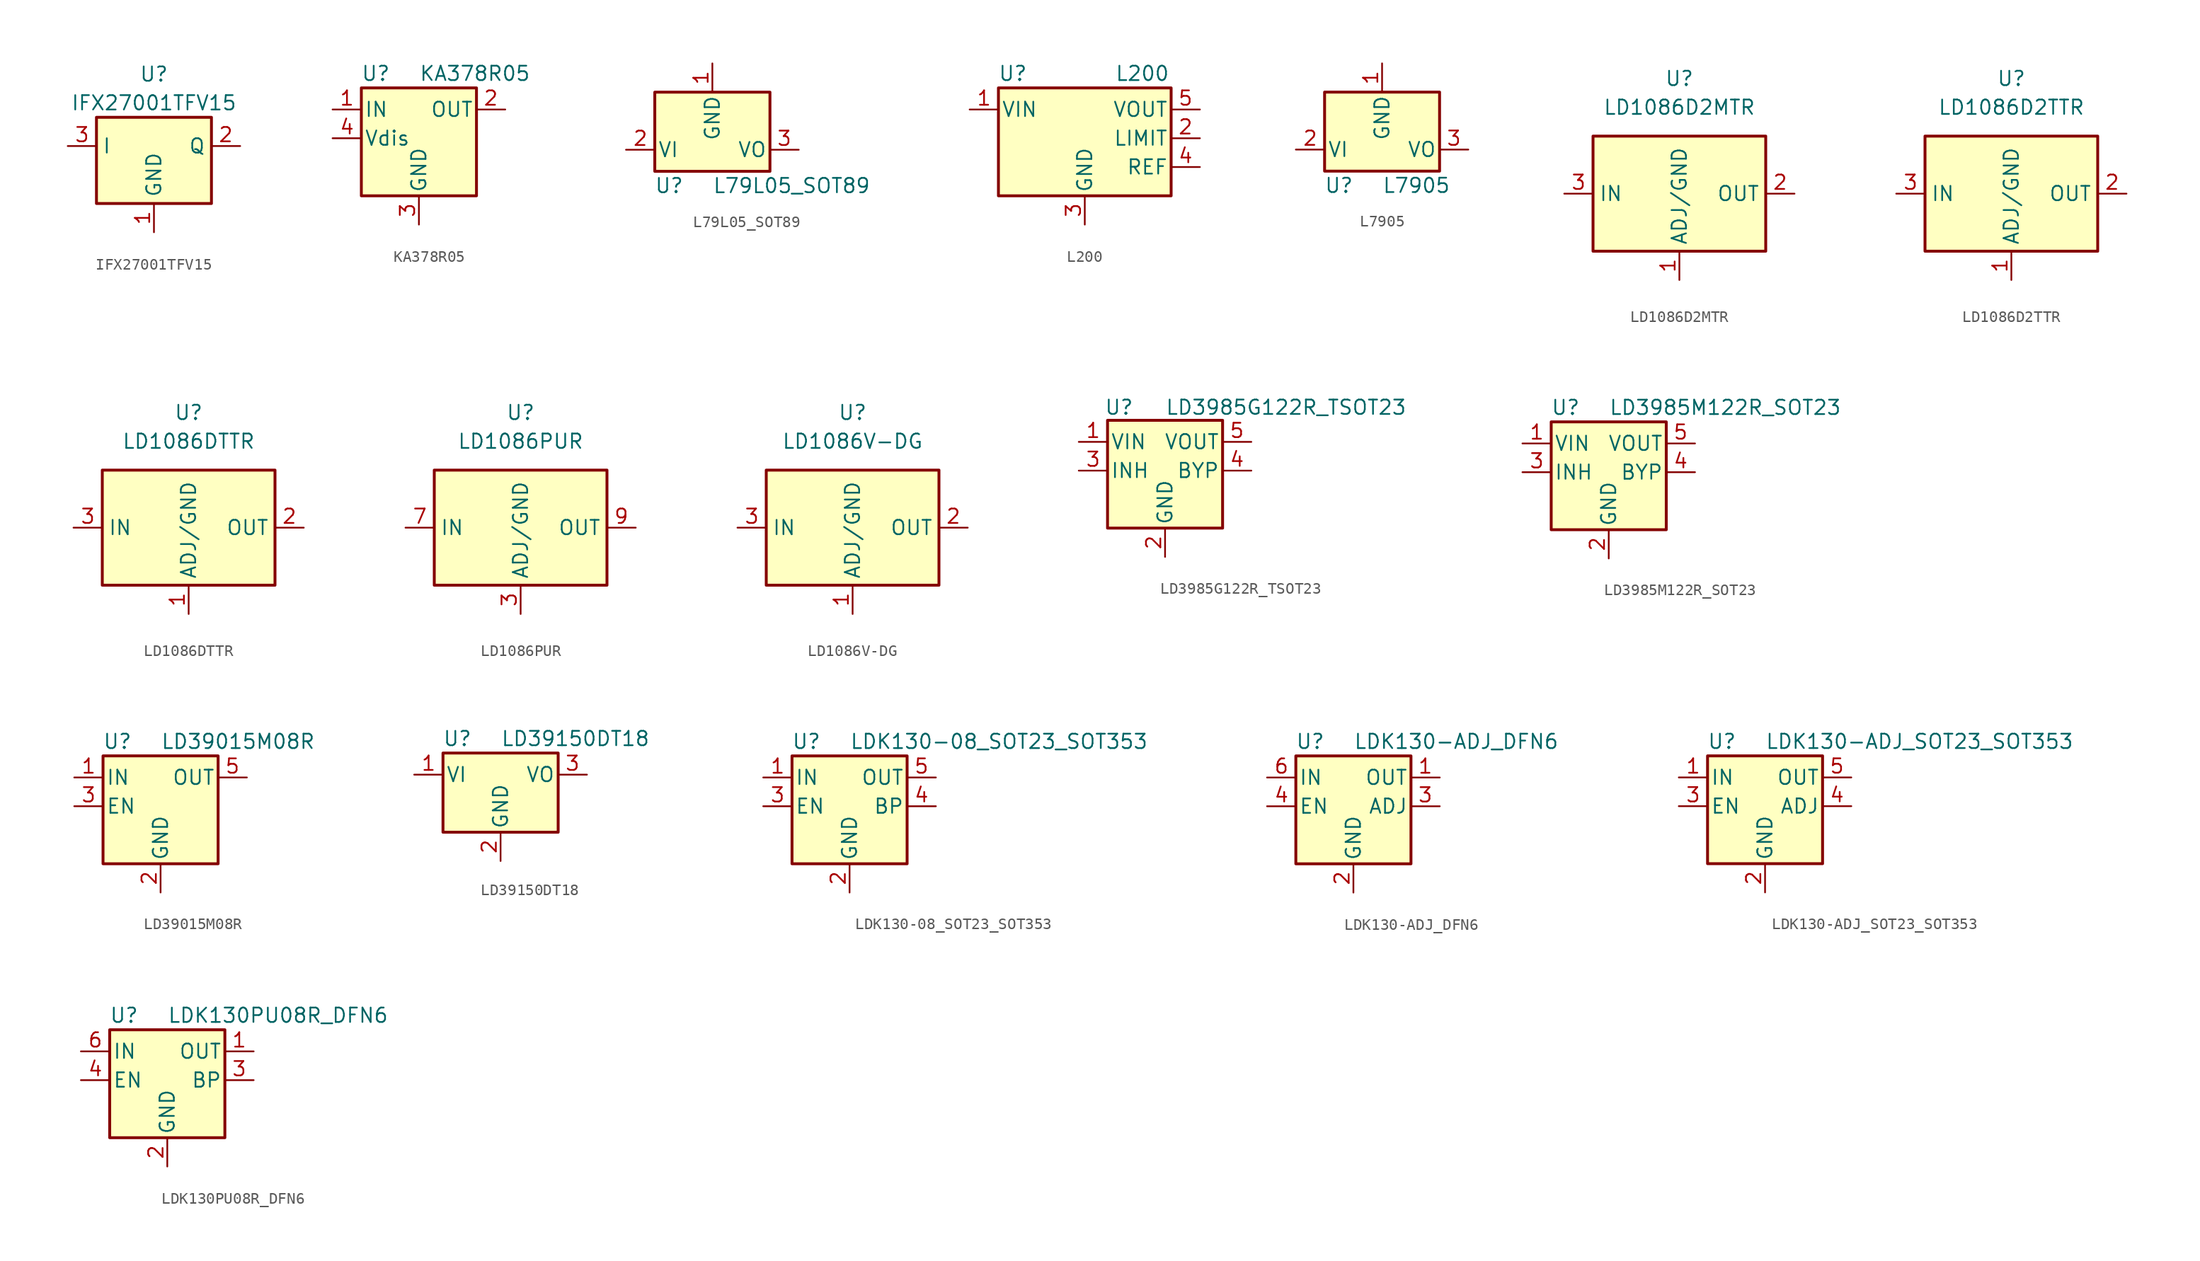
<source format=kicad_sym>
(kicad_symbol_lib
  (version 20220914)
  (generator kicad_symbol_editor)
  (symbol "IFX27001TFV15"
    (property "Reference" "U"
      (at 0 6.35 0)
      (effects (font (size 1.27 1.27))))
    (property "Value" "IFX27001TFV15"
      (at 0 3.81 0)
      (effects (font (size 1.27 1.27))))
    (symbol "IFX27001TFV15_1_1"
      (rectangle (start -5.08 2.54) (end 5.08 -5.08) (stroke (width 0.254) (type solid)) (fill (type background)))
      (pin power_in line (at 0 -7.62 90) (length 2.54) (name "GND" (effects (font (size 1.27 1.27)))) (number "1" (effects (font (size 1.27 1.27)))))
      (pin power_out line (at 7.62 0 180) (length 2.54) (name "Q" (effects (font (size 1.27 1.27)))) (number "2" (effects (font (size 1.27 1.27)))))
      (pin power_in line (at -7.62 0 0) (length 2.54) (name "I" (effects (font (size 1.27 1.27)))) (number "3" (effects (font (size 1.27 1.27)))))))
  (symbol "KA378R05"
    (pin_names
      (offset 0.254))
    (property "Reference" "U"
      (at -3.81 5.715 0)
      (effects (font (size 1.27 1.27))))
    (property "Value" "KA378R05"
      (at 0 5.715 0)
      (effects (font (size 1.27 1.27)) (justify left)))
    (symbol "KA378R05_0_1"
      (rectangle (start -5.08 4.445) (end 5.08 -5.08) (stroke (width 0.254) (type solid)) (fill (type background))))
    (symbol "KA378R05_1_1"
      (pin power_in line (at -7.62 2.54 0) (length 2.54) (name "IN" (effects (font (size 1.27 1.27)))) (number "1" (effects (font (size 1.27 1.27)))))
      (pin power_out line (at 7.62 2.54 180) (length 2.54) (name "OUT" (effects (font (size 1.27 1.27)))) (number "2" (effects (font (size 1.27 1.27)))))
      (pin power_in line (at 0 -7.62 90) (length 2.54) (name "GND" (effects (font (size 1.27 1.27)))) (number "3" (effects (font (size 1.27 1.27)))))
      (pin input line (at -7.62 0 0) (length 2.54) (name "Vdis" (effects (font (size 1.27 1.27)))) (number "4" (effects (font (size 1.27 1.27)))))))
  (symbol "L79L05_SOT89"
    (pin_names
      (offset 0.254))
    (property "Reference" "U"
      (at -3.81 -3.175 0)
      (effects (font (size 1.27 1.27))))
    (property "Value" "L79L05_SOT89"
      (at 0 -3.175 0)
      (effects (font (size 1.27 1.27)) (justify left)))
    (symbol "L79L05_SOT89_0_1"
      (rectangle (start -5.08 5.08) (end 5.08 -1.905) (stroke (width 0.254) (type solid)) (fill (type background))))
    (symbol "L79L05_SOT89_1_1"
      (pin power_in line (at 0 7.62 270) (length 2.54) (name "GND" (effects (font (size 1.27 1.27)))) (number "1" (effects (font (size 1.27 1.27)))))
      (pin power_in line (at -7.62 0 0) (length 2.54) (name "VI" (effects (font (size 1.27 1.27)))) (number "2" (effects (font (size 1.27 1.27)))))
      (pin power_out line (at 7.62 0 180) (length 2.54) (name "VO" (effects (font (size 1.27 1.27)))) (number "3" (effects (font (size 1.27 1.27)))))))
  (symbol "L200"
    (pin_names
      (offset 0.254))
    (property "Reference" "U"
      (at -6.35 5.715 0)
      (effects (font (size 1.27 1.27))))
    (property "Value" "L200"
      (at 5.08 5.715 0)
      (effects (font (size 1.27 1.27))))
    (symbol "L200_0_1"
      (rectangle (start -7.62 4.445) (end 7.62 -5.08) (stroke (width 0.254) (type solid)) (fill (type background))))
    (symbol "L200_1_1"
      (pin power_in line (at -10.16 2.54 0) (length 2.54) (name "VIN" (effects (font (size 1.27 1.27)))) (number "1" (effects (font (size 1.27 1.27)))))
      (pin input line (at 10.16 0 180) (length 2.54) (name "LIMIT" (effects (font (size 1.27 1.27)))) (number "2" (effects (font (size 1.27 1.27)))))
      (pin power_in line (at 0 -7.62 90) (length 2.54) (name "GND" (effects (font (size 1.27 1.27)))) (number "3" (effects (font (size 1.27 1.27)))))
      (pin input line (at 10.16 -2.54 180) (length 2.54) (name "REF" (effects (font (size 1.27 1.27)))) (number "4" (effects (font (size 1.27 1.27)))))
      (pin power_out line (at 10.16 2.54 180) (length 2.54) (name "VOUT" (effects (font (size 1.27 1.27)))) (number "5" (effects (font (size 1.27 1.27)))))))
  (symbol "L7905"
    (pin_names
      (offset 0.254))
    (property "Reference" "U"
      (at -3.81 -3.175 0)
      (effects (font (size 1.27 1.27))))
    (property "Value" "L7905"
      (at 0 -3.175 0)
      (effects (font (size 1.27 1.27)) (justify left)))
    (symbol "L7905_0_1"
      (rectangle (start -5.08 5.08) (end 5.08 -1.905) (stroke (width 0.254) (type solid)) (fill (type background))))
    (symbol "L7905_1_1"
      (pin power_in line (at 0 7.62 270) (length 2.54) (name "GND" (effects (font (size 1.27 1.27)))) (number "1" (effects (font (size 1.27 1.27)))))
      (pin power_in line (at -7.62 0 0) (length 2.54) (name "VI" (effects (font (size 1.27 1.27)))) (number "2" (effects (font (size 1.27 1.27)))))
      (pin power_out line (at 7.62 0 180) (length 2.54) (name "VO" (effects (font (size 1.27 1.27)))) (number "3" (effects (font (size 1.27 1.27)))))))
  (symbol "LD1086D2MTR"
    (property "Reference" "U"
      (at 0 10.16 0)
      (effects (font (size 1.27 1.27))))
    (property "Value" "LD1086D2MTR"
      (at 0 7.62 0)
      (effects (font (size 1.27 1.27))))
    (symbol "LD1086D2MTR_1_1"
      (rectangle (start -7.62 -5.08) (end 7.62 5.08) (stroke (width 0.254) (type solid)) (fill (type background)))
      (pin input line (at 0 -7.62 90) (length 2.54) (name "ADJ/GND" (effects (font (size 1.27 1.27)))) (number "1" (effects (font (size 1.27 1.27)))))
      (pin power_out line (at 10.16 0 180) (length 2.54) (name "OUT" (effects (font (size 1.27 1.27)))) (number "2" (effects (font (size 1.27 1.27)))))
      (pin power_in line (at -10.16 0 0) (length 2.54) (name "IN" (effects (font (size 1.27 1.27)))) (number "3" (effects (font (size 1.27 1.27)))))))
  (symbol "LD1086D2TTR"
    (property "Reference" "U"
      (at 0 10.16 0)
      (effects (font (size 1.27 1.27))))
    (property "Value" "LD1086D2TTR"
      (at 0 7.62 0)
      (effects (font (size 1.27 1.27))))
    (symbol "LD1086D2TTR_1_1"
      (rectangle (start -7.62 -5.08) (end 7.62 5.08) (stroke (width 0.254) (type solid)) (fill (type background)))
      (pin input line (at 0 -7.62 90) (length 2.54) (name "ADJ/GND" (effects (font (size 1.27 1.27)))) (number "1" (effects (font (size 1.27 1.27)))))
      (pin power_out line (at 10.16 0 180) (length 2.54) (name "OUT" (effects (font (size 1.27 1.27)))) (number "2" (effects (font (size 1.27 1.27)))))
      (pin power_in line (at -10.16 0 0) (length 2.54) (name "IN" (effects (font (size 1.27 1.27)))) (number "3" (effects (font (size 1.27 1.27)))))))
  (symbol "LD1086DTTR"
    (property "Reference" "U"
      (at 0 10.16 0)
      (effects (font (size 1.27 1.27))))
    (property "Value" "LD1086DTTR"
      (at 0 7.62 0)
      (effects (font (size 1.27 1.27))))
    (symbol "LD1086DTTR_1_1"
      (rectangle (start -7.62 -5.08) (end 7.62 5.08) (stroke (width 0.254) (type solid)) (fill (type background)))
      (pin input line (at 0 -7.62 90) (length 2.54) (name "ADJ/GND" (effects (font (size 1.27 1.27)))) (number "1" (effects (font (size 1.27 1.27)))))
      (pin power_out line (at 10.16 0 180) (length 2.54) (name "OUT" (effects (font (size 1.27 1.27)))) (number "2" (effects (font (size 1.27 1.27)))))
      (pin power_in line (at -10.16 0 0) (length 2.54) (name "IN" (effects (font (size 1.27 1.27)))) (number "3" (effects (font (size 1.27 1.27)))))))
  (symbol "LD1086PUR"
    (property "Reference" "U"
      (at 0 10.16 0)
      (effects (font (size 1.27 1.27))))
    (property "Value" "LD1086PUR"
      (at 0 7.62 0)
      (effects (font (size 1.27 1.27))))
    (symbol "LD1086PUR_0_1"
      (rectangle (start -7.62 -5.08) (end 7.62 5.08) (stroke (width 0.254) (type solid)) (fill (type background))))
    (symbol "LD1086PUR_1_1"
      (pin input line (at 0 -7.62 90) (length 2.54) (name "ADJ/GND" (effects (font (size 1.27 1.27)))) (number "3" (effects (font (size 1.27 1.27)))))
      (pin power_in line (at -10.16 0 0) (length 2.54) (name "IN" (effects (font (size 1.27 1.27)))) (number "7" (effects (font (size 1.27 1.27)))))
      (pin passive line (at -10.16 0 0) (length 2.54) hide (name "IN" (effects (font (size 1.27 1.27)))) (number "8" (effects (font (size 1.27 1.27)))))
      (pin power_out line (at 10.16 0 180) (length 2.54) (name "OUT" (effects (font (size 1.27 1.27)))) (number "9" (effects (font (size 1.27 1.27)))))))
  (symbol "LD1086V-DG"
    (property "Reference" "U"
      (at 0 10.16 0)
      (effects (font (size 1.27 1.27))))
    (property "Value" "LD1086V-DG"
      (at 0 7.62 0)
      (effects (font (size 1.27 1.27))))
    (symbol "LD1086V-DG_1_1"
      (rectangle (start -7.62 -5.08) (end 7.62 5.08) (stroke (width 0.254) (type solid)) (fill (type background)))
      (pin input line (at 0 -7.62 90) (length 2.54) (name "ADJ/GND" (effects (font (size 1.27 1.27)))) (number "1" (effects (font (size 1.27 1.27)))))
      (pin power_out line (at 10.16 0 180) (length 2.54) (name "OUT" (effects (font (size 1.27 1.27)))) (number "2" (effects (font (size 1.27 1.27)))))
      (pin power_in line (at -10.16 0 0) (length 2.54) (name "IN" (effects (font (size 1.27 1.27)))) (number "3" (effects (font (size 1.27 1.27)))))))
  (symbol "LD3985G122R_TSOT23"
    (pin_names
      (offset 0.254))
    (property "Reference" "U"
      (at -4.064 5.588 0)
      (effects (font (size 1.27 1.27))))
    (property "Value" "LD3985G122R_TSOT23"
      (at 0 5.588 0)
      (effects (font (size 1.27 1.27)) (justify left)))
    (symbol "LD3985G122R_TSOT23_0_1"
      (rectangle (start -5.08 4.445) (end 5.08 -5.08) (stroke (width 0.254) (type solid)) (fill (type background))))
    (symbol "LD3985G122R_TSOT23_1_1"
      (pin power_in line (at -7.62 2.54 0) (length 2.54) (name "VIN" (effects (font (size 1.27 1.27)))) (number "1" (effects (font (size 1.27 1.27)))))
      (pin power_in line (at 0 -7.62 90) (length 2.54) (name "GND" (effects (font (size 1.27 1.27)))) (number "2" (effects (font (size 1.27 1.27)))))
      (pin input line (at -7.62 0 0) (length 2.54) (name "INH" (effects (font (size 1.27 1.27)))) (number "3" (effects (font (size 1.27 1.27)))))
      (pin input line (at 7.62 0 180) (length 2.54) (name "BYP" (effects (font (size 1.27 1.27)))) (number "4" (effects (font (size 1.27 1.27)))))
      (pin power_out line (at 7.62 2.54 180) (length 2.54) (name "VOUT" (effects (font (size 1.27 1.27)))) (number "5" (effects (font (size 1.27 1.27)))))))
  (symbol "LD3985M122R_SOT23"
    (pin_names
      (offset 0.254))
    (property "Reference" "U"
      (at -3.81 5.715 0)
      (effects (font (size 1.27 1.27))))
    (property "Value" "LD3985M122R_SOT23"
      (at 0 5.715 0)
      (effects (font (size 1.27 1.27)) (justify left)))
    (symbol "LD3985M122R_SOT23_0_1"
      (rectangle (start -5.08 4.445) (end 5.08 -5.08) (stroke (width 0.254) (type solid)) (fill (type background))))
    (symbol "LD3985M122R_SOT23_1_1"
      (pin power_in line (at -7.62 2.54 0) (length 2.54) (name "VIN" (effects (font (size 1.27 1.27)))) (number "1" (effects (font (size 1.27 1.27)))))
      (pin power_in line (at 0 -7.62 90) (length 2.54) (name "GND" (effects (font (size 1.27 1.27)))) (number "2" (effects (font (size 1.27 1.27)))))
      (pin input line (at -7.62 0 0) (length 2.54) (name "INH" (effects (font (size 1.27 1.27)))) (number "3" (effects (font (size 1.27 1.27)))))
      (pin input line (at 7.62 0 180) (length 2.54) (name "BYP" (effects (font (size 1.27 1.27)))) (number "4" (effects (font (size 1.27 1.27)))))
      (pin power_out line (at 7.62 2.54 180) (length 2.54) (name "VOUT" (effects (font (size 1.27 1.27)))) (number "5" (effects (font (size 1.27 1.27)))))))
  (symbol "LD39015M08R"
    (pin_names
      (offset 0.254))
    (property "Reference" "U"
      (at -3.81 5.715 0)
      (effects (font (size 1.27 1.27))))
    (property "Value" "LD39015M08R"
      (at 0 5.715 0)
      (effects (font (size 1.27 1.27)) (justify left)))
    (symbol "LD39015M08R_0_1"
      (rectangle (start -5.08 4.445) (end 5.08 -5.08) (stroke (width 0.254) (type solid)) (fill (type background))))
    (symbol "LD39015M08R_1_1"
      (pin power_in line (at -7.62 2.54 0) (length 2.54) (name "IN" (effects (font (size 1.27 1.27)))) (number "1" (effects (font (size 1.27 1.27)))))
      (pin power_in line (at 0 -7.62 90) (length 2.54) (name "GND" (effects (font (size 1.27 1.27)))) (number "2" (effects (font (size 1.27 1.27)))))
      (pin input line (at -7.62 0 0) (length 2.54) (name "EN" (effects (font (size 1.27 1.27)))) (number "3" (effects (font (size 1.27 1.27)))))
      (pin no_connect line (at 5.08 0 180) (length 2.54) hide (name "NC" (effects (font (size 1.27 1.27)))) (number "4" (effects (font (size 1.27 1.27)))))
      (pin power_out line (at 7.62 2.54 180) (length 2.54) (name "OUT" (effects (font (size 1.27 1.27)))) (number "5" (effects (font (size 1.27 1.27)))))))
  (symbol "LD39150DT18"
    (pin_names
      (offset 0.254))
    (property "Reference" "U"
      (at -3.81 3.175 0)
      (effects (font (size 1.27 1.27))))
    (property "Value" "LD39150DT18"
      (at 0 3.175 0)
      (effects (font (size 1.27 1.27)) (justify left)))
    (symbol "LD39150DT18_0_1"
      (rectangle (start -5.08 -5.08) (end 5.08 1.905) (stroke (width 0.254) (type solid)) (fill (type background))))
    (symbol "LD39150DT18_1_1"
      (pin power_in line (at -7.62 0 0) (length 2.54) (name "VI" (effects (font (size 1.27 1.27)))) (number "1" (effects (font (size 1.27 1.27)))))
      (pin power_in line (at 0 -7.62 90) (length 2.54) (name "GND" (effects (font (size 1.27 1.27)))) (number "2" (effects (font (size 1.27 1.27)))))
      (pin power_out line (at 7.62 0 180) (length 2.54) (name "VO" (effects (font (size 1.27 1.27)))) (number "3" (effects (font (size 1.27 1.27)))))))
  (symbol "LDK130-08_SOT23_SOT353"
    (pin_names
      (offset 0.254))
    (property "Reference" "U"
      (at -3.81 5.715 0)
      (effects (font (size 1.27 1.27))))
    (property "Value" "LDK130-08_SOT23_SOT353"
      (at 0 5.715 0)
      (effects (font (size 1.27 1.27)) (justify left)))
    (symbol "LDK130-08_SOT23_SOT353_0_1"
      (rectangle (start -5.08 4.445) (end 5.08 -5.08) (stroke (width 0.254) (type solid)) (fill (type background))))
    (symbol "LDK130-08_SOT23_SOT353_1_1"
      (pin power_in line (at -7.62 2.54 0) (length 2.54) (name "IN" (effects (font (size 1.27 1.27)))) (number "1" (effects (font (size 1.27 1.27)))))
      (pin power_in line (at 0 -7.62 90) (length 2.54) (name "GND" (effects (font (size 1.27 1.27)))) (number "2" (effects (font (size 1.27 1.27)))))
      (pin input line (at -7.62 0 0) (length 2.54) (name "EN" (effects (font (size 1.27 1.27)))) (number "3" (effects (font (size 1.27 1.27)))))
      (pin passive line (at 7.62 0 180) (length 2.54) (name "BP" (effects (font (size 1.27 1.27)))) (number "4" (effects (font (size 1.27 1.27)))))
      (pin power_out line (at 7.62 2.54 180) (length 2.54) (name "OUT" (effects (font (size 1.27 1.27)))) (number "5" (effects (font (size 1.27 1.27)))))))
  (symbol "LDK130-ADJ_DFN6"
    (pin_names
      (offset 0.254))
    (property "Reference" "U"
      (at -3.81 5.715 0)
      (effects (font (size 1.27 1.27))))
    (property "Value" "LDK130-ADJ_DFN6"
      (at 0 5.715 0)
      (effects (font (size 1.27 1.27)) (justify left)))
    (symbol "LDK130-ADJ_DFN6_0_1"
      (rectangle (start -5.08 4.445) (end 5.08 -5.08) (stroke (width 0.254) (type solid)) (fill (type background))))
    (symbol "LDK130-ADJ_DFN6_1_1"
      (pin power_out line (at 7.62 2.54 180) (length 2.54) (name "OUT" (effects (font (size 1.27 1.27)))) (number "1" (effects (font (size 1.27 1.27)))))
      (pin power_in line (at 0 -7.62 90) (length 2.54) (name "GND" (effects (font (size 1.27 1.27)))) (number "2" (effects (font (size 1.27 1.27)))))
      (pin input line (at 7.62 0 180) (length 2.54) (name "ADJ" (effects (font (size 1.27 1.27)))) (number "3" (effects (font (size 1.27 1.27)))))
      (pin input line (at -7.62 0 0) (length 2.54) (name "EN" (effects (font (size 1.27 1.27)))) (number "4" (effects (font (size 1.27 1.27)))))
      (pin no_connect line (at -7.62 -2.54 0) (length 2.54) hide (name "NC" (effects (font (size 1.27 1.27)))) (number "5" (effects (font (size 1.27 1.27)))))
      (pin power_in line (at -7.62 2.54 0) (length 2.54) (name "IN" (effects (font (size 1.27 1.27)))) (number "6" (effects (font (size 1.27 1.27)))))))
  (symbol "LDK130-ADJ_SOT23_SOT353"
    (pin_names
      (offset 0.254))
    (property "Reference" "U"
      (at -3.81 5.715 0)
      (effects (font (size 1.27 1.27))))
    (property "Value" "LDK130-ADJ_SOT23_SOT353"
      (at 0 5.715 0)
      (effects (font (size 1.27 1.27)) (justify left)))
    (symbol "LDK130-ADJ_SOT23_SOT353_0_1"
      (rectangle (start -5.08 4.445) (end 5.08 -5.08) (stroke (width 0.254) (type solid)) (fill (type background))))
    (symbol "LDK130-ADJ_SOT23_SOT353_1_1"
      (pin power_in line (at -7.62 2.54 0) (length 2.54) (name "IN" (effects (font (size 1.27 1.27)))) (number "1" (effects (font (size 1.27 1.27)))))
      (pin power_in line (at 0 -7.62 90) (length 2.54) (name "GND" (effects (font (size 1.27 1.27)))) (number "2" (effects (font (size 1.27 1.27)))))
      (pin input line (at -7.62 0 0) (length 2.54) (name "EN" (effects (font (size 1.27 1.27)))) (number "3" (effects (font (size 1.27 1.27)))))
      (pin input line (at 7.62 0 180) (length 2.54) (name "ADJ" (effects (font (size 1.27 1.27)))) (number "4" (effects (font (size 1.27 1.27)))))
      (pin power_out line (at 7.62 2.54 180) (length 2.54) (name "OUT" (effects (font (size 1.27 1.27)))) (number "5" (effects (font (size 1.27 1.27)))))))
  (symbol "LDK130PU08R_DFN6"
    (pin_names
      (offset 0.254))
    (property "Reference" "U"
      (at -3.81 5.715 0)
      (effects (font (size 1.27 1.27))))
    (property "Value" "LDK130PU08R_DFN6"
      (at 0 5.715 0)
      (effects (font (size 1.27 1.27)) (justify left)))
    (symbol "LDK130PU08R_DFN6_0_1"
      (rectangle (start -5.08 4.445) (end 5.08 -5.08) (stroke (width 0.254) (type solid)) (fill (type background))))
    (symbol "LDK130PU08R_DFN6_1_1"
      (pin power_out line (at 7.62 2.54 180) (length 2.54) (name "OUT" (effects (font (size 1.27 1.27)))) (number "1" (effects (font (size 1.27 1.27)))))
      (pin power_in line (at 0 -7.62 90) (length 2.54) (name "GND" (effects (font (size 1.27 1.27)))) (number "2" (effects (font (size 1.27 1.27)))))
      (pin passive line (at 7.62 0 180) (length 2.54) (name "BP" (effects (font (size 1.27 1.27)))) (number "3" (effects (font (size 1.27 1.27)))))
      (pin input line (at -7.62 0 0) (length 2.54) (name "EN" (effects (font (size 1.27 1.27)))) (number "4" (effects (font (size 1.27 1.27)))))
      (pin no_connect line (at -7.62 -2.54 0) (length 2.54) hide (name "NC" (effects (font (size 1.27 1.27)))) (number "5" (effects (font (size 1.27 1.27)))))
      (pin power_in line (at -7.62 2.54 0) (length 2.54) (name "IN" (effects (font (size 1.27 1.27)))) (number "6" (effects (font (size 1.27 1.27))))))))
</source>
